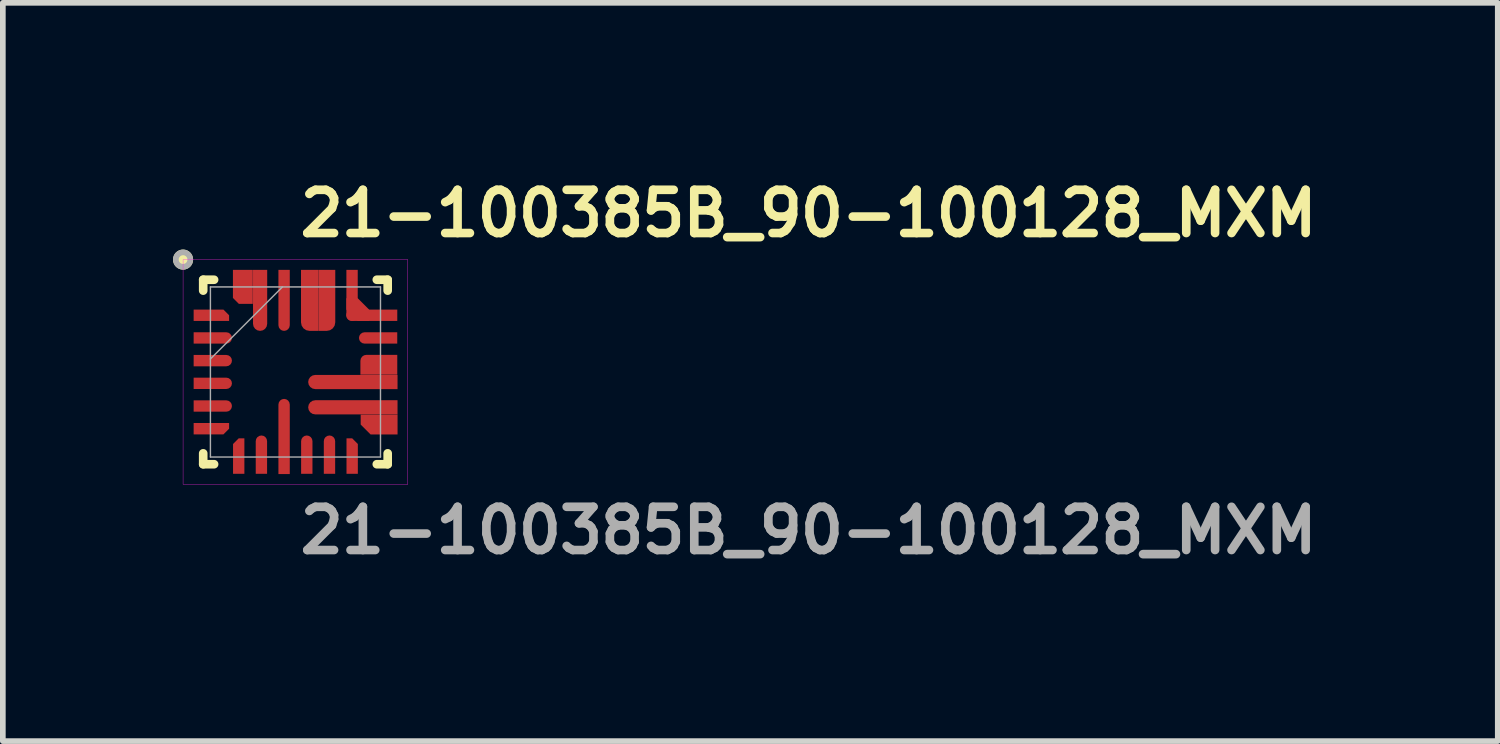
<source format=kicad_pcb>
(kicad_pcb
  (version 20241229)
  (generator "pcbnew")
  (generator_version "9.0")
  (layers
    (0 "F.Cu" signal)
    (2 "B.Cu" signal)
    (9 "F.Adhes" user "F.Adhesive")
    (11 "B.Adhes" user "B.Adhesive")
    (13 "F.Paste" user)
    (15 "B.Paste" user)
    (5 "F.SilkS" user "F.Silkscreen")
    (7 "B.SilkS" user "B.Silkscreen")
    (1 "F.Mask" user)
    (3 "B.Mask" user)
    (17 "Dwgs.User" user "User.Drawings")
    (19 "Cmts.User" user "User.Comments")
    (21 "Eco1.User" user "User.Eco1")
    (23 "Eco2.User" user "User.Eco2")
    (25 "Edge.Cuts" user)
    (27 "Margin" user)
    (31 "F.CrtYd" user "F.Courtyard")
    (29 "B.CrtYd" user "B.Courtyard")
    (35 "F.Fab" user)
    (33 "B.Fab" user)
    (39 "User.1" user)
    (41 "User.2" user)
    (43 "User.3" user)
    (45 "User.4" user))
  (footprint "21-100385B_90-100128_MXM"
    (layer "F.Cu")
    (at 2.158 3.507)
    (property "Reference" "21-100385B_90-100128_MXM" (at 0 -2.794 0) (unlocked yes) (layer "F.SilkS") (effects (font (size 0.762 0.762) (thickness 0.152) (bold yes)) (justify left)))
    (attr smd)
    (fp_line (start -1.626 -1.626) (end -1.434 -1.626) (stroke (width 0.152) (type solid)) (layer "F.SilkS"))
    (fp_line (start -1.626 -1.434) (end -1.626 -1.626) (stroke (width 0.152) (type solid)) (layer "F.SilkS"))
    (fp_line (start -1.626 1.626) (end -1.626 1.434) (stroke (width 0.152) (type solid)) (layer "F.SilkS"))
    (fp_line (start -1.434 1.626) (end -1.626 1.626) (stroke (width 0.152) (type solid)) (layer "F.SilkS"))
    (fp_line (start 1.434 -1.626) (end 1.626 -1.626) (stroke (width 0.152) (type solid)) (layer "F.SilkS"))
    (fp_line (start 1.626 -1.626) (end 1.626 -1.434) (stroke (width 0.152) (type solid)) (layer "F.SilkS"))
    (fp_line (start 1.626 1.434) (end 1.626 1.626) (stroke (width 0.152) (type solid)) (layer "F.SilkS"))
    (fp_line (start 1.626 1.626) (end 1.434 1.626) (stroke (width 0.152) (type solid)) (layer "F.SilkS"))
    (fp_circle (center -1.981 -1.981) (end -1.854 -1.981) (stroke (width 0.1) (type solid)) (fill yes) (layer "F.SilkS"))
    (fp_rect (start -1.981 -1.981) (end 1.981 1.981) (stroke (width 0.006) (type default)) (fill no) (layer "F.CrtYd"))
    (fp_line (start -1.499 -1.499) (end -1.499 1.499) (stroke (width 0.025) (type solid)) (layer "F.Fab"))
    (fp_line (start -1.499 -0.229) (end -0.229 -1.499) (stroke (width 0.025) (type solid)) (layer "F.Fab"))
    (fp_line (start -1.499 1.499) (end 1.499 1.499) (stroke (width 0.025) (type solid)) (layer "F.Fab"))
    (fp_line (start 1.499 -1.499) (end -1.499 -1.499) (stroke (width 0.025) (type solid)) (layer "F.Fab"))
    (fp_line (start 1.499 1.499) (end 1.499 -1.499) (stroke (width 0.025) (type solid)) (layer "F.Fab"))
    (fp_circle (center -1.981 -1.981) (end -1.854 -1.981) (stroke (width 0.1) (type solid)) (fill no) (layer "F.Fab"))
    (fp_text user "${REFERENCE}" (at 0 2.794 0) (unlocked yes) (layer "F.Fab") (effects (font (size 0.762 0.762) (thickness 0.152) (bold yes)) (justify left)))
    (pad "1" smd roundrect (at -1.482 -1 90) (size 0.2 0.625) (layers "F.Cu" "F.Mask" "F.Paste") (roundrect_rratio 0) (chamfer_ratio 0.5) (chamfer bottom_right))
    (pad "2" smd roundrect (at -1.457 -0.6 90) (size 0.2 0.675) (layers "F.Cu" "F.Mask" "F.Paste") (roundrect_rratio 0.5) (chamfer_ratio 0) (chamfer top_left top_right))
    (pad "3" smd roundrect (at -1.457 -0.2 90) (size 0.2 0.675) (layers "F.Cu" "F.Mask" "F.Paste") (roundrect_rratio 0.5) (chamfer_ratio 0) (chamfer top_left top_right))
    (pad "4" smd roundrect (at -1.457 0.2 90) (size 0.2 0.675) (layers "F.Cu" "F.Mask" "F.Paste") (roundrect_rratio 0.5) (chamfer_ratio 0) (chamfer top_left top_right))
    (pad "5" smd roundrect (at -1.457 0.6 90) (size 0.2 0.675) (layers "F.Cu" "F.Mask" "F.Paste") (roundrect_rratio 0.5) (chamfer_ratio 0) (chamfer top_left top_right))
    (pad "6" smd roundrect (at -1.482 1 270) (size 0.2 0.625) (layers "F.Cu" "F.Mask" "F.Paste") (roundrect_rratio 0) (chamfer_ratio 0.5) (chamfer top_right))
    (pad "7" smd roundrect (at -1 1.482) (size 0.2 0.625) (layers "F.Cu" "F.Mask" "F.Paste") (roundrect_rratio 0) (chamfer_ratio 0.5) (chamfer top_left))
    (pad "8" smd roundrect (at -0.6 1.457) (size 0.2 0.675) (layers "F.Cu" "F.Mask" "F.Paste") (roundrect_rratio 0.5) (chamfer_ratio 0) (chamfer bottom_left bottom_right))
    (pad "9" smd roundrect (at -0.2 1.137) (size 0.2 1.325) (layers "F.Cu" "F.Mask" "F.Paste") (roundrect_rratio 0.5) (chamfer_ratio 0) (chamfer bottom_left bottom_right))
    (pad "10" smd roundrect (at 0.2 1.457) (size 0.2 0.675) (layers "F.Cu" "F.Mask" "F.Paste") (roundrect_rratio 0.5) (chamfer_ratio 0) (chamfer bottom_left bottom_right))
    (pad "11" smd roundrect (at 0.6 1.457) (size 0.2 0.675) (layers "F.Cu" "F.Mask" "F.Paste") (roundrect_rratio 0.5) (chamfer_ratio 0) (chamfer bottom_left bottom_right))
    (pad "12" smd roundrect (at 1 1.482) (size 0.2 0.625) (layers "F.Cu" "F.Mask" "F.Paste") (roundrect_rratio 0) (chamfer_ratio 0.5) (chamfer top_right))
    (pad "13" smd roundrect (at 1.475 0.927 270) (size 0.35 0.65) (layers "F.Cu" "F.Mask" "F.Paste") (roundrect_rratio 0) (chamfer_ratio 0.5) (chamfer bottom_right))
    (pad "14" smd roundrect (at 1.012 0.623 90) (size 0.25 1.575) (layers "F.Cu" "F.Mask" "F.Paste") (roundrect_rratio 0.5) (chamfer_ratio 0) (chamfer bottom_left bottom_right))
    (pad "15" smd roundrect (at 1.012 0.177 90) (size 0.25 1.575) (layers "F.Cu" "F.Mask" "F.Paste") (roundrect_rratio 0.5) (chamfer_ratio 0) (chamfer bottom_left bottom_right))
    (pad "16" smd roundrect (at 1.47 -0.127 90) (size 0.35 0.65) (layers "F.Cu" "F.Mask" "F.Paste") (roundrect_rratio 0.3) (chamfer_ratio 0) (chamfer top_left bottom_left bottom_right))
    (pad "17" smd roundrect (at 1.457 -0.6 270) (size 0.2 0.675) (layers "F.Cu" "F.Mask" "F.Paste") (roundrect_rratio 0.5) (chamfer_ratio 0) (chamfer top_left top_right))
    (pad "18" smd roundrect (at 1.345 -1 90) (size 0.2 0.9) (layers "F.Cu" "F.Mask" "F.Paste") (roundrect_rratio 0.5) (chamfer_ratio 0) (chamfer bottom_left bottom_right))
    (pad "19" smd roundrect (at 0.998 -1.35 180) (size 0.2 0.9) (layers "F.Cu" "F.Mask" "F.Paste") (roundrect_rratio 0.5) (chamfer_ratio 0) (chamfer bottom_left bottom_right))
    (pad "19" smd roundrect (at 1.098 -1.1) (size 0.4 0.4) (layers "F.Cu" "F.Mask" "F.Paste") (roundrect_rratio 0) (chamfer_ratio 0.5) (chamfer top_right bottom_left))
    (pad "20" smd roundrect (at 0.552 -1.262) (size 0.3 1.075) (layers "F.Cu" "F.Mask" "F.Paste") (roundrect_rratio 0.5) (chamfer_ratio 0) (chamfer top_left top_right bottom_left))
    (pad "21" smd roundrect (at 0.248 -1.262) (size 0.3 1.075) (layers "F.Cu" "F.Mask" "F.Paste") (roundrect_rratio 0.5) (chamfer_ratio 0) (chamfer top_left top_right bottom_right))
    (pad "22" smd roundrect (at -0.2 -1.262) (size 0.2 1.075) (layers "F.Cu" "F.Mask" "F.Paste") (roundrect_rratio 0.5) (chamfer_ratio 0) (chamfer top_left top_right))
    (pad "23" smd roundrect (at -0.623 -1.262) (size 0.25 1.075) (layers "F.Cu" "F.Mask" "F.Paste") (roundrect_rratio 0.5) (chamfer_ratio 0) (chamfer top_left top_right))
    (pad "24" smd roundrect (at -0.927 -1.5) (size 0.35 0.6) (layers "F.Cu" "F.Mask" "F.Paste") (roundrect_rratio 0) (chamfer_ratio 0.3) (chamfer bottom_left)))
  (gr_rect
    (start -3 -3)
    (end 23.352 10.014)
    (stroke (width 0.1) (type default))
    (fill no)
    (layer "Edge.Cuts")))
</source>
